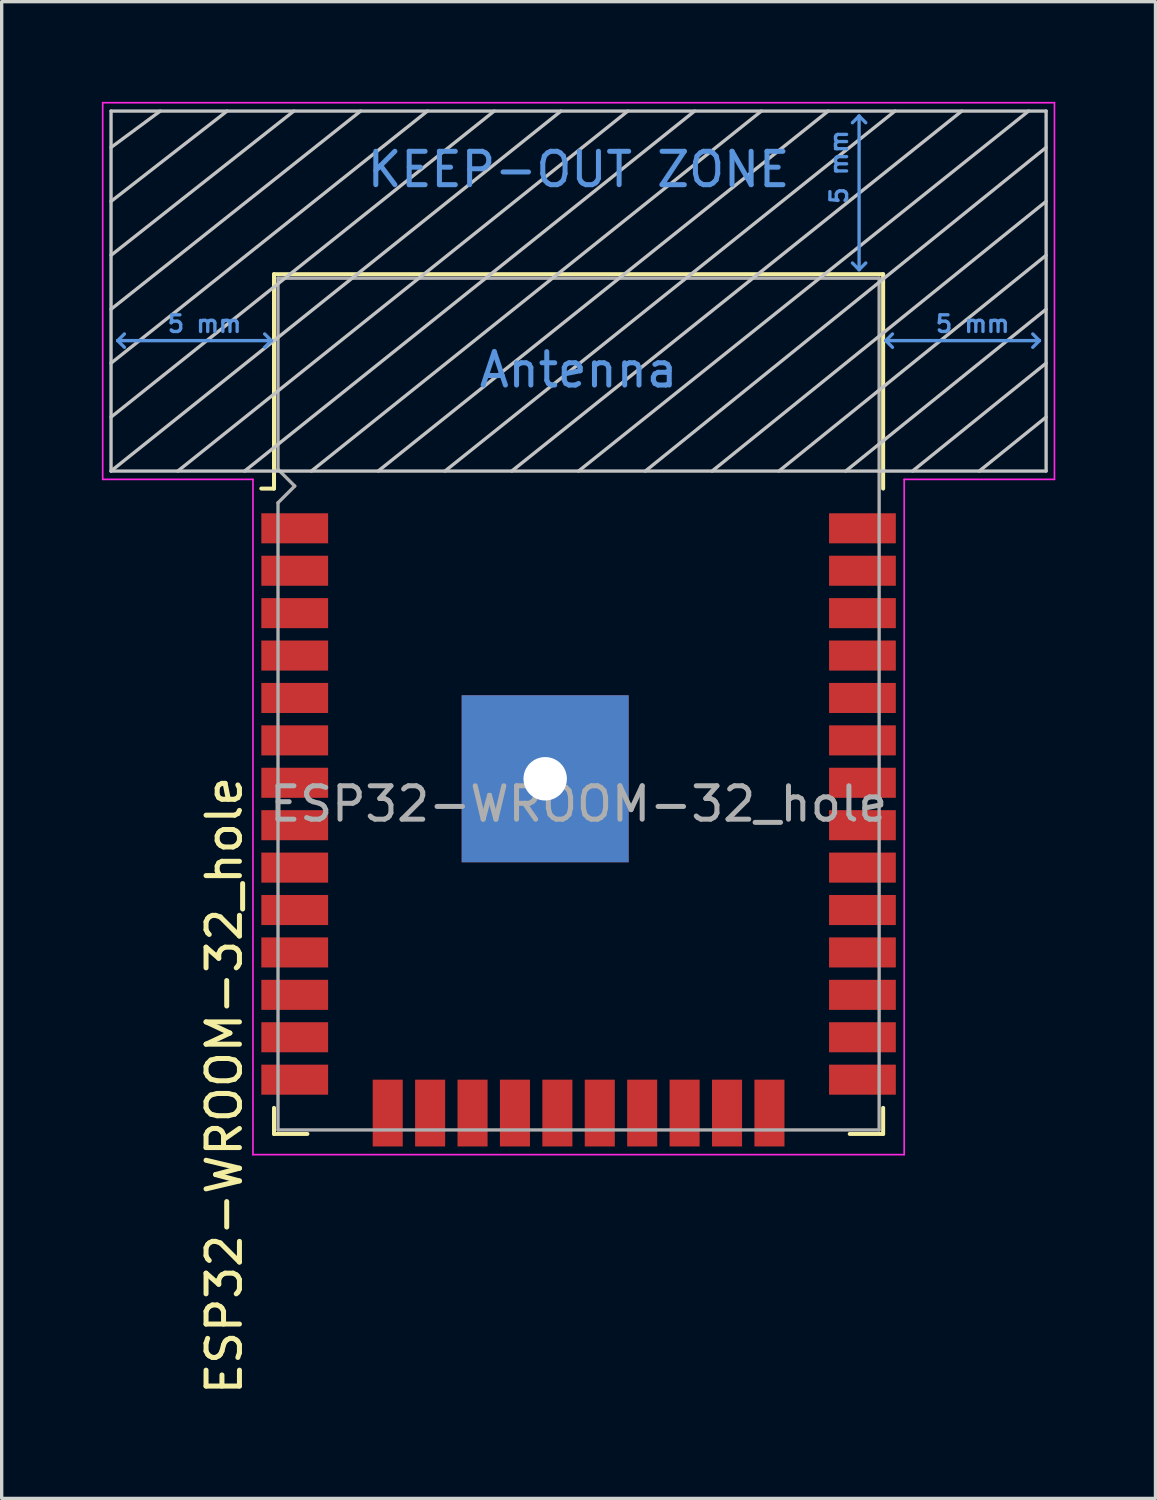
<source format=kicad_pcb>
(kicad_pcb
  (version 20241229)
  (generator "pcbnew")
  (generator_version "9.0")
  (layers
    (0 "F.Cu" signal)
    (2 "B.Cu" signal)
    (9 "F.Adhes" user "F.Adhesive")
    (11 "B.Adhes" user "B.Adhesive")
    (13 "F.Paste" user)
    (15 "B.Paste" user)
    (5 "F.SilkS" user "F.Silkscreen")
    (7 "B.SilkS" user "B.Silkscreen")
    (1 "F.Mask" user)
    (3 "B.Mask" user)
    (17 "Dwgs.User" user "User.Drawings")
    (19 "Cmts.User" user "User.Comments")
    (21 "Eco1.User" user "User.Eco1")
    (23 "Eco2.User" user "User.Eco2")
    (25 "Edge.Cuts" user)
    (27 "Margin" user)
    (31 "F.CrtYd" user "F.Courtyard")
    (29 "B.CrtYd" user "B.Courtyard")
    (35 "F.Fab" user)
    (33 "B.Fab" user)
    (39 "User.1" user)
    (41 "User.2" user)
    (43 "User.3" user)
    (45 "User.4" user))
  (footprint "ESP32-WROOM-32_hole"
    (layer "F.Cu")
    (at 14.275 21.025)
    (property "Reference" "ESP32-WROOM-32_hole" (at -10.61 8.43 90) (layer "F.SilkS") (effects (font (size 1 1) (thickness 0.15))))
    (attr smd)
    (fp_line (start -9.12 -15.865) (end -9.12 -9.445) (stroke (width 0.12) (type solid)) (layer "F.SilkS"))
    (fp_line (start -9.12 -15.865) (end 9.12 -15.865) (stroke (width 0.12) (type solid)) (layer "F.SilkS"))
    (fp_line (start -9.12 -9.445) (end -9.5 -9.445) (stroke (width 0.12) (type solid)) (layer "F.SilkS"))
    (fp_line (start -9.12 9.1) (end -9.12 9.88) (stroke (width 0.12) (type solid)) (layer "F.SilkS"))
    (fp_line (start -9.12 9.88) (end -8.12 9.88) (stroke (width 0.12) (type solid)) (layer "F.SilkS"))
    (fp_line (start 9.12 -15.865) (end 9.12 -9.445) (stroke (width 0.12) (type solid)) (layer "F.SilkS"))
    (fp_line (start 9.12 9.1) (end 9.12 9.88) (stroke (width 0.12) (type solid)) (layer "F.SilkS"))
    (fp_line (start 9.12 9.88) (end 8.12 9.88) (stroke (width 0.12) (type solid)) (layer "F.SilkS"))
    (fp_line (start -14 -9.97) (end -14 -20.75) (stroke (width 0.1) (type solid)) (layer "Dwgs.User"))
    (fp_line (start -12.525 -20.75) (end -14 -19.66) (stroke (width 0.1) (type solid)) (layer "Dwgs.User"))
    (fp_line (start -10.525 -20.75) (end -14 -18.045) (stroke (width 0.1) (type solid)) (layer "Dwgs.User"))
    (fp_line (start -8.525 -20.75) (end -14 -16.43) (stroke (width 0.1) (type solid)) (layer "Dwgs.User"))
    (fp_line (start -8 -9.97) (end 5.475 -20.75) (stroke (width 0.1) (type solid)) (layer "Dwgs.User"))
    (fp_line (start -6.525 -20.75) (end -14 -14.815) (stroke (width 0.1) (type solid)) (layer "Dwgs.User"))
    (fp_line (start -4.525 -20.75) (end -14 -13.2) (stroke (width 0.1) (type solid)) (layer "Dwgs.User"))
    (fp_line (start -2.525 -20.75) (end -14 -11.585) (stroke (width 0.1) (type solid)) (layer "Dwgs.User"))
    (fp_line (start -0.525 -20.75) (end -14 -9.97) (stroke (width 0.1) (type solid)) (layer "Dwgs.User"))
    (fp_line (start 1.475 -20.75) (end -12 -9.97) (stroke (width 0.1) (type solid)) (layer "Dwgs.User"))
    (fp_line (start 3.475 -20.75) (end -10 -9.97) (stroke (width 0.1) (type solid)) (layer "Dwgs.User"))
    (fp_line (start 7.475 -20.75) (end -6 -9.97) (stroke (width 0.1) (type solid)) (layer "Dwgs.User"))
    (fp_line (start 9.475 -20.75) (end -4 -9.97) (stroke (width 0.1) (type solid)) (layer "Dwgs.User"))
    (fp_line (start 11.475 -20.75) (end -2 -9.97) (stroke (width 0.1) (type solid)) (layer "Dwgs.User"))
    (fp_line (start 13.475 -20.75) (end 0 -9.97) (stroke (width 0.1) (type solid)) (layer "Dwgs.User"))
    (fp_line (start 14 -20.75) (end -14 -20.75) (stroke (width 0.1) (type solid)) (layer "Dwgs.User"))
    (fp_line (start 14 -19.66) (end 2 -9.97) (stroke (width 0.1) (type solid)) (layer "Dwgs.User"))
    (fp_line (start 14 -18.045) (end 4 -9.97) (stroke (width 0.1) (type solid)) (layer "Dwgs.User"))
    (fp_line (start 14 -16.43) (end 6 -9.97) (stroke (width 0.1) (type solid)) (layer "Dwgs.User"))
    (fp_line (start 14 -14.815) (end 8 -9.97) (stroke (width 0.1) (type solid)) (layer "Dwgs.User"))
    (fp_line (start 14 -13.2) (end 10 -9.97) (stroke (width 0.1) (type solid)) (layer "Dwgs.User"))
    (fp_line (start 14 -11.585) (end 12 -9.97) (stroke (width 0.1) (type solid)) (layer "Dwgs.User"))
    (fp_line (start 14 -9.97) (end -14 -9.97) (stroke (width 0.1) (type solid)) (layer "Dwgs.User"))
    (fp_line (start 14 -9.97) (end 14 -20.75) (stroke (width 0.1) (type solid)) (layer "Dwgs.User"))
    (fp_line (start -13.8 -13.875) (end -13.6 -14.075) (stroke (width 0.1) (type solid)) (layer "Cmts.User"))
    (fp_line (start -13.8 -13.875) (end -13.6 -13.675) (stroke (width 0.1) (type solid)) (layer "Cmts.User"))
    (fp_line (start -13.8 -13.875) (end -9.2 -13.875) (stroke (width 0.1) (type solid)) (layer "Cmts.User"))
    (fp_line (start -9.2 -13.875) (end -9.4 -14.075) (stroke (width 0.1) (type solid)) (layer "Cmts.User"))
    (fp_line (start -9.2 -13.875) (end -9.4 -13.675) (stroke (width 0.1) (type solid)) (layer "Cmts.User"))
    (fp_line (start 8.4 -20.6) (end 8.2 -20.4) (stroke (width 0.1) (type solid)) (layer "Cmts.User"))
    (fp_line (start 8.4 -20.6) (end 8.6 -20.4) (stroke (width 0.1) (type solid)) (layer "Cmts.User"))
    (fp_line (start 8.4 -16) (end 8.2 -16.2) (stroke (width 0.1) (type solid)) (layer "Cmts.User"))
    (fp_line (start 8.4 -16) (end 8.4 -20.6) (stroke (width 0.1) (type solid)) (layer "Cmts.User"))
    (fp_line (start 8.4 -16) (end 8.6 -16.2) (stroke (width 0.1) (type solid)) (layer "Cmts.User"))
    (fp_line (start 9.2 -13.875) (end 9.4 -14.075) (stroke (width 0.1) (type solid)) (layer "Cmts.User"))
    (fp_line (start 9.2 -13.875) (end 9.4 -13.675) (stroke (width 0.1) (type solid)) (layer "Cmts.User"))
    (fp_line (start 9.2 -13.875) (end 13.8 -13.875) (stroke (width 0.1) (type solid)) (layer "Cmts.User"))
    (fp_line (start 13.8 -13.875) (end 13.6 -14.075) (stroke (width 0.1) (type solid)) (layer "Cmts.User"))
    (fp_line (start 13.8 -13.875) (end 13.6 -13.675) (stroke (width 0.1) (type solid)) (layer "Cmts.User"))
    (fp_line (start -14.25 -21) (end -14.25 -9.72) (stroke (width 0.05) (type solid)) (layer "F.CrtYd"))
    (fp_line (start -14.25 -21) (end 14.25 -21) (stroke (width 0.05) (type solid)) (layer "F.CrtYd"))
    (fp_line (start -14.25 -9.72) (end -9.75 -9.72) (stroke (width 0.05) (type solid)) (layer "F.CrtYd"))
    (fp_line (start -9.75 10.5) (end -9.75 -9.72) (stroke (width 0.05) (type solid)) (layer "F.CrtYd"))
    (fp_line (start -9.75 10.5) (end 9.75 10.5) (stroke (width 0.05) (type solid)) (layer "F.CrtYd"))
    (fp_line (start 9.75 -9.72) (end 9.75 10.5) (stroke (width 0.05) (type solid)) (layer "F.CrtYd"))
    (fp_line (start 9.75 -9.72) (end 14.25 -9.72) (stroke (width 0.05) (type solid)) (layer "F.CrtYd"))
    (fp_line (start 14.25 -21) (end 14.25 -9.72) (stroke (width 0.05) (type solid)) (layer "F.CrtYd"))
    (fp_line (start -9 -15.745) (end -9 -10.02) (stroke (width 0.1) (type solid)) (layer "F.Fab"))
    (fp_line (start -9 -15.745) (end 9 -15.745) (stroke (width 0.1) (type solid)) (layer "F.Fab"))
    (fp_line (start -9 -9.02) (end -9 9.76) (stroke (width 0.1) (type solid)) (layer "F.Fab"))
    (fp_line (start -9 -9.02) (end -8.5 -9.52) (stroke (width 0.1) (type solid)) (layer "F.Fab"))
    (fp_line (start -9 9.76) (end 9 9.76) (stroke (width 0.1) (type solid)) (layer "F.Fab"))
    (fp_line (start -8.5 -9.52) (end -9 -10.02) (stroke (width 0.1) (type solid)) (layer "F.Fab"))
    (fp_line (start 9 9.76) (end 9 -15.745) (stroke (width 0.1) (type solid)) (layer "F.Fab"))
    (fp_text user "Antenna" (at 0 -13 0) (layer "Cmts.User") (effects (font (size 1 1) (thickness 0.15))))
    (fp_text user "5 mm" (at 7.8 -19.075 90) (layer "Cmts.User") (effects (font (size 0.5 0.5) (thickness 0.1))))
    (fp_text user "KEEP-OUT ZONE" (at 0 -19 0) (layer "Cmts.User") (effects (font (size 1 1) (thickness 0.15))))
    (fp_text user "5 mm" (at 11.8 -14.375 0) (layer "Cmts.User") (effects (font (size 0.5 0.5) (thickness 0.1))))
    (fp_text user "5 mm" (at -11.2 -14.375 0) (layer "Cmts.User") (effects (font (size 0.5 0.5) (thickness 0.1))))
    (fp_text user "${REFERENCE}" (at 0 0 0) (layer "F.Fab") (effects (font (size 1 1) (thickness 0.15))))
    (pad "1" smd rect (at -8.5 -8.255) (size 2 0.9) (layers "F.Cu" "F.Mask" "F.Paste"))
    (pad "2" smd rect (at -8.5 -6.985) (size 2 0.9) (layers "F.Cu" "F.Mask" "F.Paste"))
    (pad "3" smd rect (at -8.5 -5.715) (size 2 0.9) (layers "F.Cu" "F.Mask" "F.Paste"))
    (pad "4" smd rect (at -8.5 -4.445) (size 2 0.9) (layers "F.Cu" "F.Mask" "F.Paste"))
    (pad "5" smd rect (at -8.5 -3.175) (size 2 0.9) (layers "F.Cu" "F.Mask" "F.Paste"))
    (pad "6" smd rect (at -8.5 -1.905) (size 2 0.9) (layers "F.Cu" "F.Mask" "F.Paste"))
    (pad "7" smd rect (at -8.5 -0.635) (size 2 0.9) (layers "F.Cu" "F.Mask" "F.Paste"))
    (pad "8" smd rect (at -8.5 0.635) (size 2 0.9) (layers "F.Cu" "F.Mask" "F.Paste"))
    (pad "9" smd rect (at -8.5 1.905) (size 2 0.9) (layers "F.Cu" "F.Mask" "F.Paste"))
    (pad "10" smd rect (at -8.5 3.175) (size 2 0.9) (layers "F.Cu" "F.Mask" "F.Paste"))
    (pad "11" smd rect (at -8.5 4.445) (size 2 0.9) (layers "F.Cu" "F.Mask" "F.Paste"))
    (pad "12" smd rect (at -8.5 5.715) (size 2 0.9) (layers "F.Cu" "F.Mask" "F.Paste"))
    (pad "13" smd rect (at -8.5 6.985) (size 2 0.9) (layers "F.Cu" "F.Mask" "F.Paste"))
    (pad "14" smd rect (at -8.5 8.255) (size 2 0.9) (layers "F.Cu" "F.Mask" "F.Paste"))
    (pad "15" smd rect (at -5.715 9.255 90) (size 2 0.9) (layers "F.Cu" "F.Mask" "F.Paste"))
    (pad "16" smd rect (at -4.445 9.255 90) (size 2 0.9) (layers "F.Cu" "F.Mask" "F.Paste"))
    (pad "17" smd rect (at -3.175 9.255 90) (size 2 0.9) (layers "F.Cu" "F.Mask" "F.Paste"))
    (pad "18" smd rect (at -1.905 9.255 90) (size 2 0.9) (layers "F.Cu" "F.Mask" "F.Paste"))
    (pad "19" smd rect (at -0.635 9.255 90) (size 2 0.9) (layers "F.Cu" "F.Mask" "F.Paste"))
    (pad "20" smd rect (at 0.635 9.255 90) (size 2 0.9) (layers "F.Cu" "F.Mask" "F.Paste"))
    (pad "21" smd rect (at 1.905 9.255 90) (size 2 0.9) (layers "F.Cu" "F.Mask" "F.Paste"))
    (pad "22" smd rect (at 3.175 9.255 90) (size 2 0.9) (layers "F.Cu" "F.Mask" "F.Paste"))
    (pad "23" smd rect (at 4.445 9.255 90) (size 2 0.9) (layers "F.Cu" "F.Mask" "F.Paste"))
    (pad "24" smd rect (at 5.715 9.255 90) (size 2 0.9) (layers "F.Cu" "F.Mask" "F.Paste"))
    (pad "25" smd rect (at 8.5 8.255) (size 2 0.9) (layers "F.Cu" "F.Mask" "F.Paste"))
    (pad "26" smd rect (at 8.5 6.985) (size 2 0.9) (layers "F.Cu" "F.Mask" "F.Paste"))
    (pad "27" smd rect (at 8.5 5.715) (size 2 0.9) (layers "F.Cu" "F.Mask" "F.Paste"))
    (pad "28" smd rect (at 8.5 4.445) (size 2 0.9) (layers "F.Cu" "F.Mask" "F.Paste"))
    (pad "29" smd rect (at 8.5 3.175) (size 2 0.9) (layers "F.Cu" "F.Mask" "F.Paste"))
    (pad "30" smd rect (at 8.5 1.905) (size 2 0.9) (layers "F.Cu" "F.Mask" "F.Paste"))
    (pad "31" smd rect (at 8.5 0.635) (size 2 0.9) (layers "F.Cu" "F.Mask" "F.Paste"))
    (pad "32" smd rect (at 8.5 -0.635) (size 2 0.9) (layers "F.Cu" "F.Mask" "F.Paste"))
    (pad "33" smd rect (at 8.5 -1.905) (size 2 0.9) (layers "F.Cu" "F.Mask" "F.Paste"))
    (pad "34" smd rect (at 8.5 -3.175) (size 2 0.9) (layers "F.Cu" "F.Mask" "F.Paste"))
    (pad "35" smd rect (at 8.5 -4.445) (size 2 0.9) (layers "F.Cu" "F.Mask" "F.Paste"))
    (pad "36" smd rect (at 8.5 -5.715) (size 2 0.9) (layers "F.Cu" "F.Mask" "F.Paste"))
    (pad "37" smd rect (at 8.5 -6.985) (size 2 0.9) (layers "F.Cu" "F.Mask" "F.Paste"))
    (pad "38" smd rect (at 8.5 -8.255) (size 2 0.9) (layers "F.Cu" "F.Mask" "F.Paste"))
    (pad "39" thru_hole rect (at -1 -0.755) (size 5 5) (drill 1.3) (layers "*.Cu" "*.Mask")))
  (gr_rect
    (start -3 -3)
    (end 31.55 41.818)
    (stroke (width 0.1) (type default))
    (fill no)
    (layer "Edge.Cuts")))
</source>
